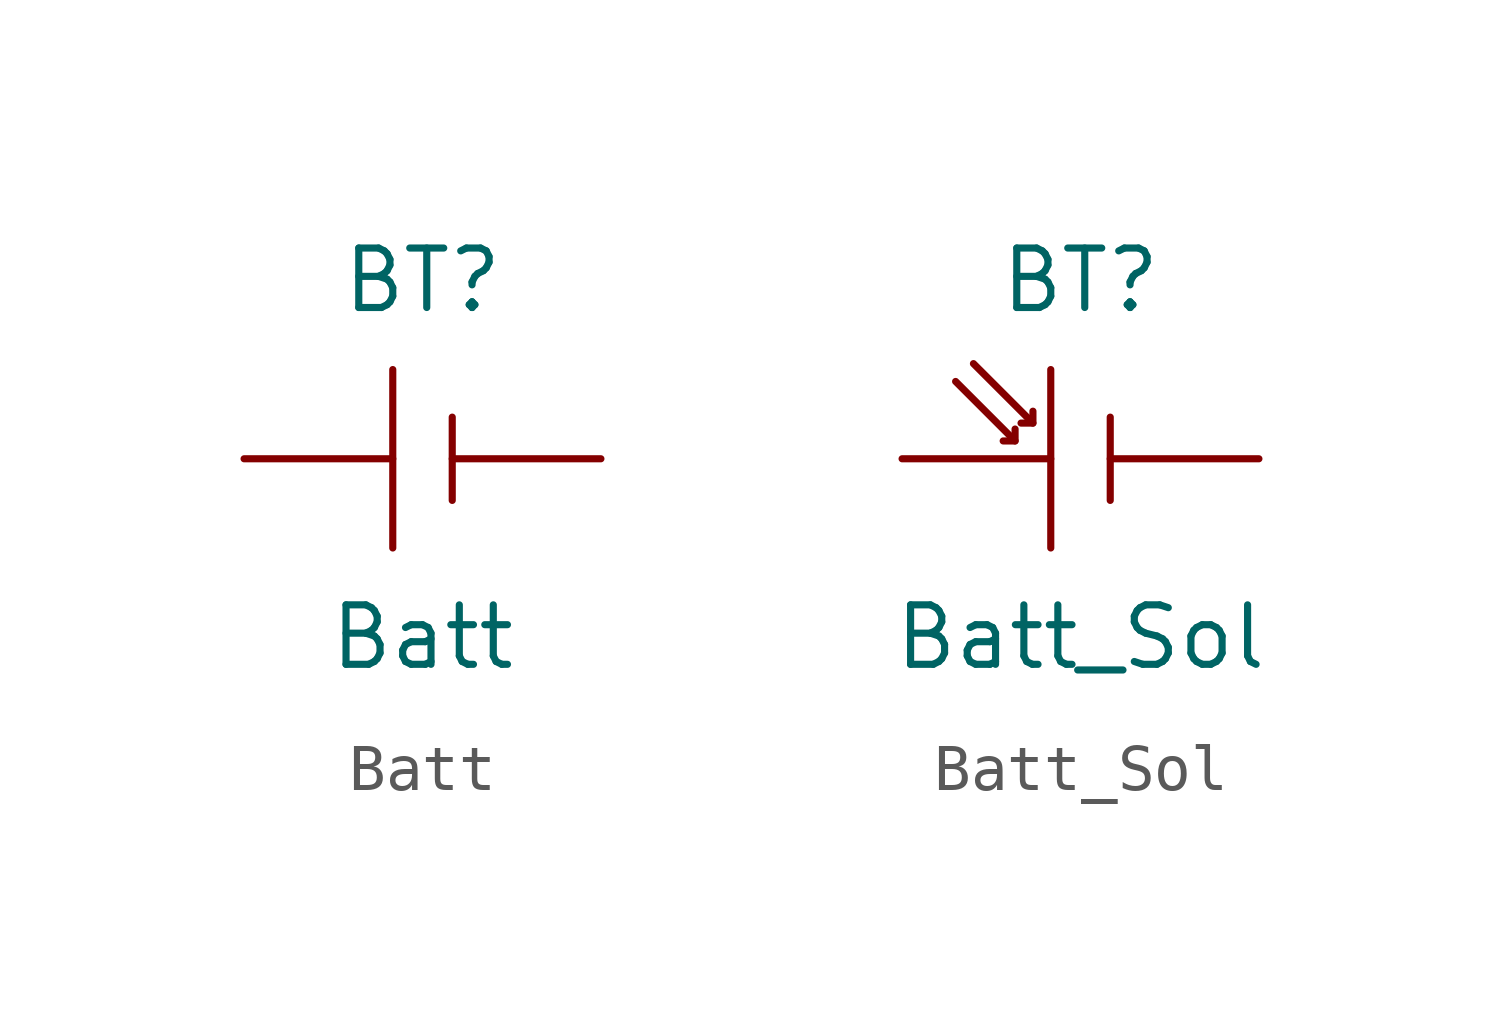
<source format=kicad_sym>
(kicad_symbol_lib
  (version 20220914)
  (generator kicad_symbol_editor)
  (symbol "Batt"
    (pin_numbers hide)
    (pin_names hide)
    (property "Reference" "BT"
      (at 0 3.81 0)
      (effects (font (size 1.27 1.27))))
    (property "Value" "Batt"
      (at 0 -3.81 0)
      (effects (font (size 1.27 1.27))))
    (symbol "Batt_0_1"
      (polyline (pts (xy -0.635 -1.905) (xy -0.635 1.905)) (stroke (width 0) (type default)) (fill (type none)))
      (polyline (pts (xy 0.635 -0.889) (xy 0.635 0.889)) (stroke (width 0) (type default)) (fill (type none))))
    (symbol "Batt_1_1"
      (pin power_out line (at -3.81 0 0) (length 3.175) (name "VBAT" (effects (font (size 1.27 1.27)))) (number "1" (effects (font (size 1.27 1.27)))))
      (pin power_in line (at 3.81 0 180) (length 3.175) (name "GND" (effects (font (size 1.27 1.27)))) (number "2" (effects (font (size 1.27 1.27)))))))
  (symbol "Batt_Sol"
    (pin_numbers hide)
    (pin_names hide)
    (property "Reference" "BT"
      (at 0 3.81 0)
      (effects (font (size 1.27 1.27))))
    (property "Value" "Batt_Sol"
      (at 0 -3.81 0)
      (effects (font (size 1.27 1.27))))
    (symbol "Batt_Sol_0_1"
      (polyline (pts (xy -1.397 0.381) (xy -2.667 1.651)) (stroke (width 0) (type default)) (fill (type none)))
      (polyline (pts (xy -1.016 0.762) (xy -2.286 2.032)) (stroke (width 0) (type default)) (fill (type none)))
      (polyline (pts (xy -0.635 -1.905) (xy -0.635 1.905)) (stroke (width 0) (type default)) (fill (type none)))
      (polyline (pts (xy 0.635 -0.889) (xy 0.635 0.889)) (stroke (width 0) (type default)) (fill (type none)))
      (polyline (pts (xy -1.651 0.381) (xy -1.397 0.381) (xy -1.397 0.635)) (stroke (width 0) (type default)) (fill (type none)))
      (polyline (pts (xy -1.27 0.762) (xy -1.016 0.762) (xy -1.016 1.016)) (stroke (width 0) (type default)) (fill (type none))))
    (symbol "Batt_Sol_1_1"
      (pin power_out line (at -3.81 0 0) (length 3.175) (name "VSOL" (effects (font (size 1.27 1.27)))) (number "1" (effects (font (size 1.27 1.27)))))
      (pin power_in line (at 3.81 0 180) (length 3.175) (name "GND" (effects (font (size 1.27 1.27)))) (number "2" (effects (font (size 1.27 1.27))))))))
</source>
